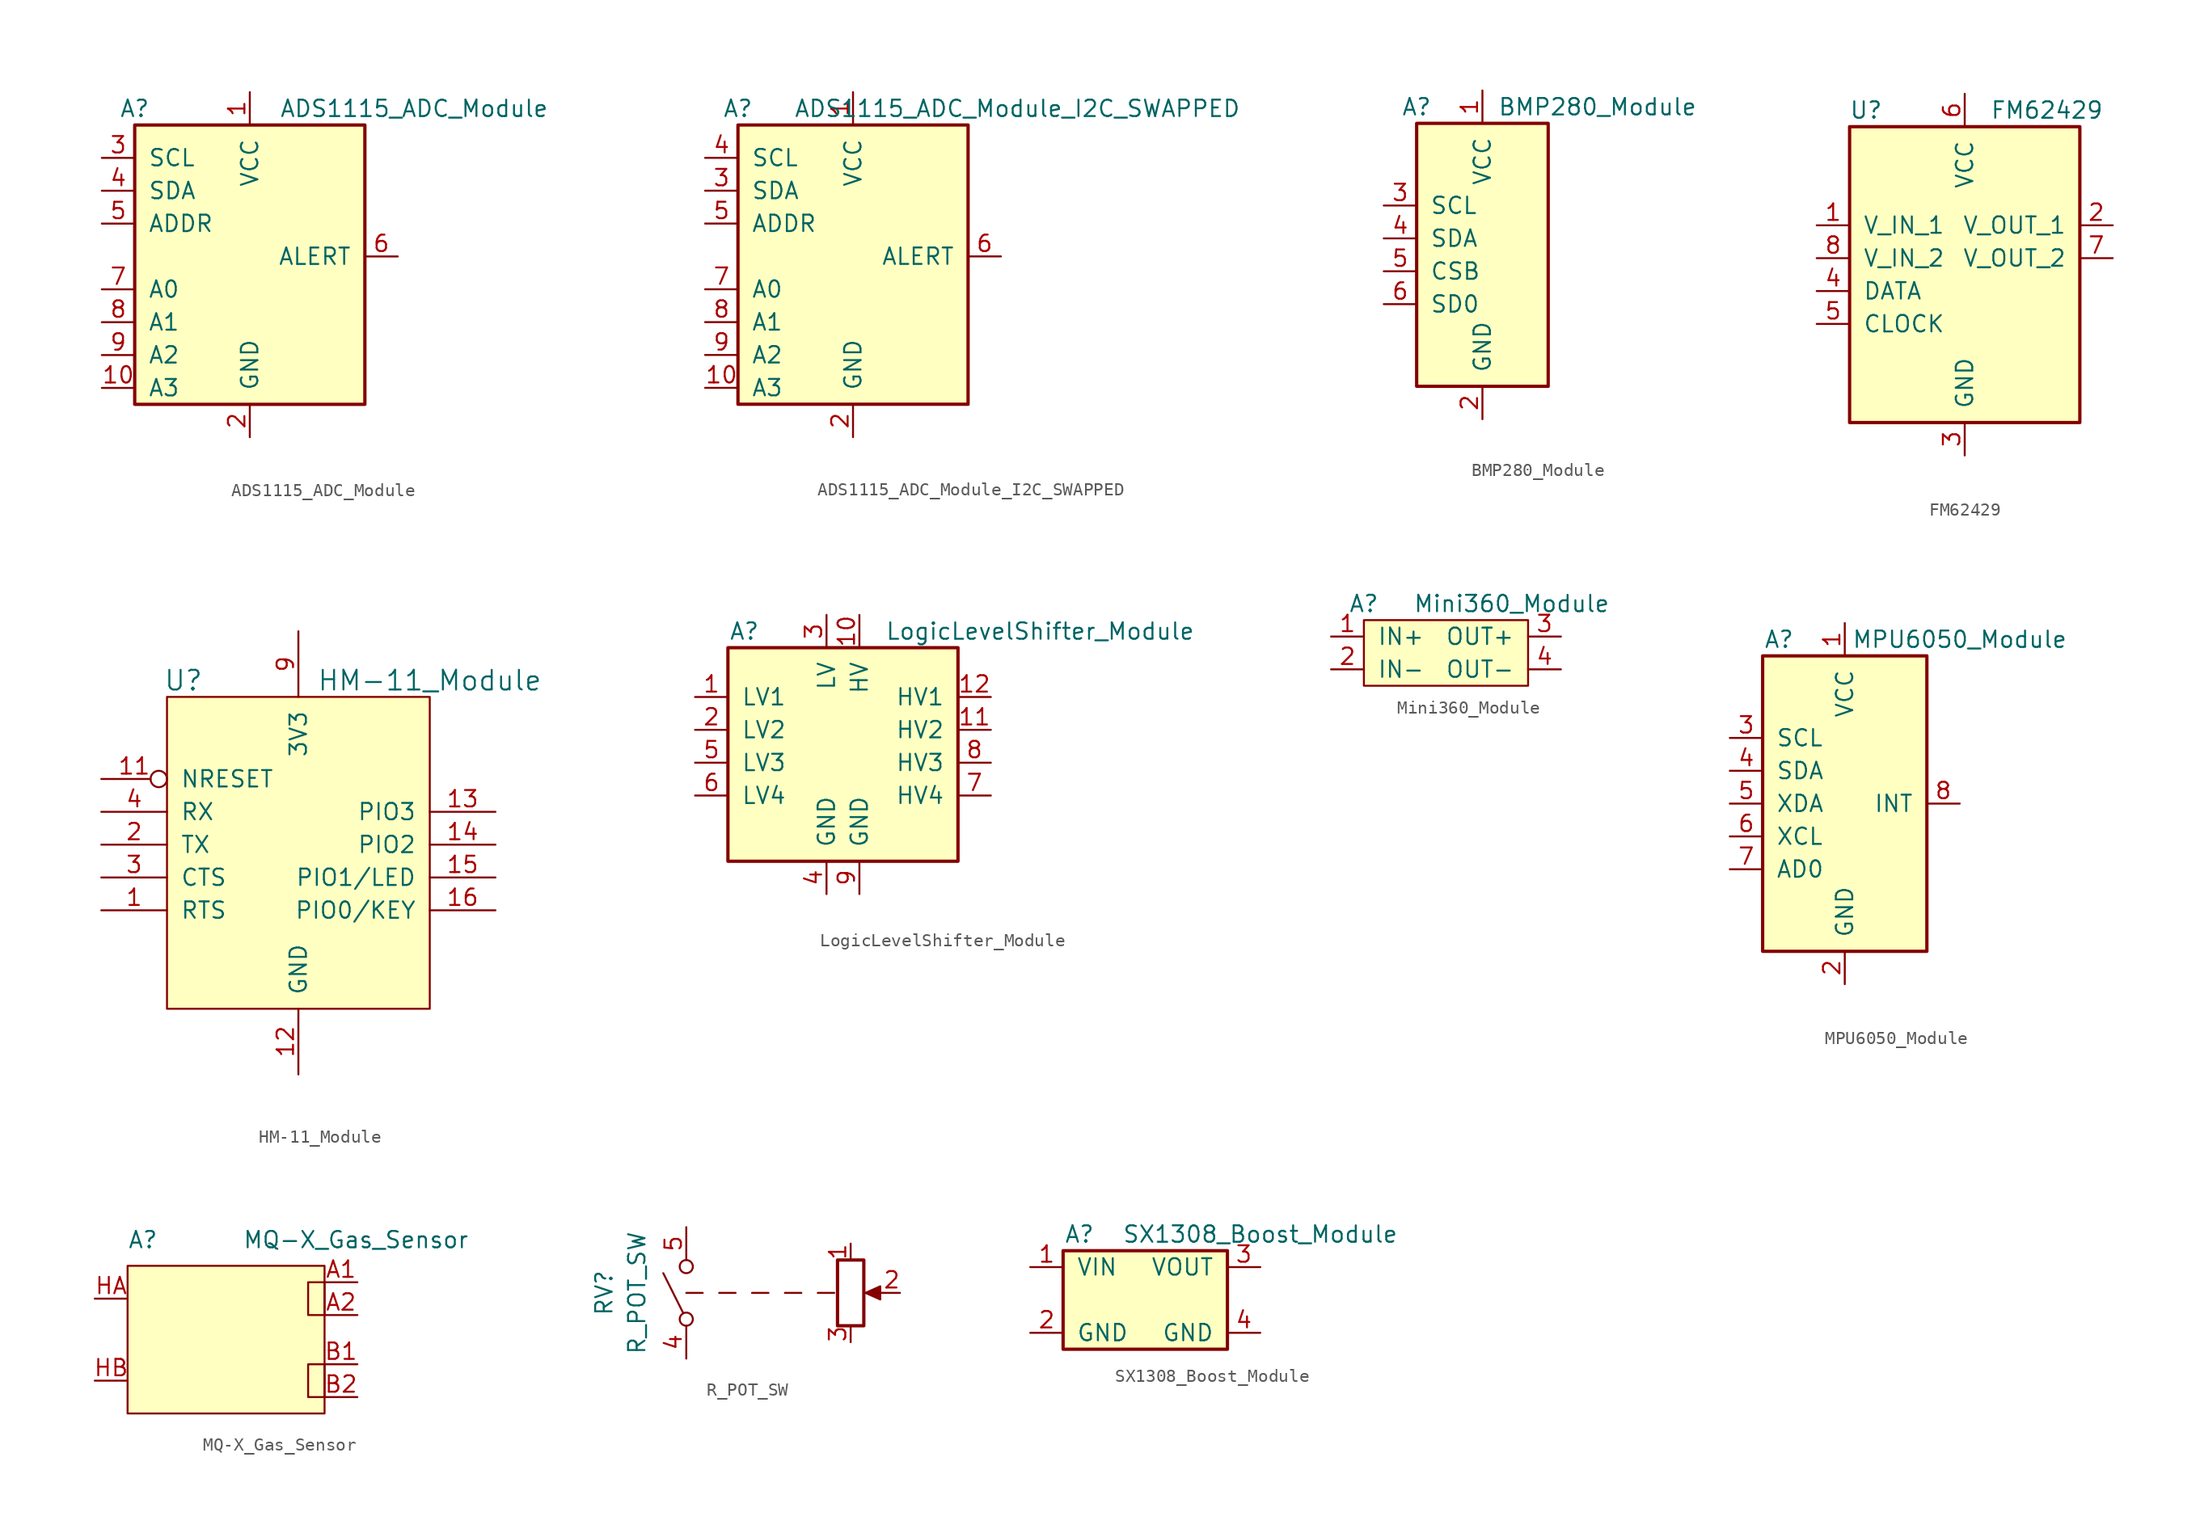
<source format=kicad_sym>
(kicad_symbol_lib
  (version 20220914)
  (generator kicad_symbol_editor)
  (symbol "ADS1115_ADC_Module"
    (pin_names
      (offset 1.016))
    (property "Reference" "A"
      (at -8.89 11.43 0)
      (effects (font (size 1.27 1.27))))
    (property "Value" "ADS1115_ADC_Module"
      (at 12.7 11.43 0)
      (effects (font (size 1.27 1.27))))
    (symbol "ADS1115_ADC_Module_0_1"
      (rectangle (start -8.89 10.16) (end 8.89 -11.43) (stroke (width 0.254) (type solid)) (fill (type background))))
    (symbol "ADS1115_ADC_Module_1_1"
      (pin power_in line (at 0 12.7 270) (length 2.54) (name "VCC" (effects (font (size 1.27 1.27)))) (number "1" (effects (font (size 1.27 1.27)))))
      (pin input line (at -11.43 -10.16 0) (length 2.54) (name "A3" (effects (font (size 1.27 1.27)))) (number "10" (effects (font (size 1.27 1.27)))))
      (pin power_in line (at 0 -13.97 90) (length 2.54) (name "GND" (effects (font (size 1.27 1.27)))) (number "2" (effects (font (size 1.27 1.27)))))
      (pin input line (at -11.43 7.62 0) (length 2.54) (name "SCL" (effects (font (size 1.27 1.27)))) (number "3" (effects (font (size 1.27 1.27)))))
      (pin bidirectional line (at -11.43 5.08 0) (length 2.54) (name "SDA" (effects (font (size 1.27 1.27)))) (number "4" (effects (font (size 1.27 1.27)))))
      (pin input line (at -11.43 2.54 0) (length 2.54) (name "ADDR" (effects (font (size 1.27 1.27)))) (number "5" (effects (font (size 1.27 1.27)))))
      (pin output line (at 11.43 0 180) (length 2.54) (name "ALERT" (effects (font (size 1.27 1.27)))) (number "6" (effects (font (size 1.27 1.27)))))
      (pin input line (at -11.43 -2.54 0) (length 2.54) (name "A0" (effects (font (size 1.27 1.27)))) (number "7" (effects (font (size 1.27 1.27)))))
      (pin input line (at -11.43 -5.08 0) (length 2.54) (name "A1" (effects (font (size 1.27 1.27)))) (number "8" (effects (font (size 1.27 1.27)))))
      (pin input line (at -11.43 -7.62 0) (length 2.54) (name "A2" (effects (font (size 1.27 1.27)))) (number "9" (effects (font (size 1.27 1.27)))))))
  (symbol "ADS1115_ADC_Module_I2C_SWAPPED"
    (pin_names
      (offset 1.016))
    (property "Reference" "A"
      (at -8.89 11.43 0)
      (effects (font (size 1.27 1.27))))
    (property "Value" "ADS1115_ADC_Module_I2C_SWAPPED"
      (at 12.7 11.43 0)
      (effects (font (size 1.27 1.27))))
    (symbol "ADS1115_ADC_Module_I2C_SWAPPED_0_1"
      (rectangle (start -8.89 10.16) (end 8.89 -11.43) (stroke (width 0.254) (type solid)) (fill (type background))))
    (symbol "ADS1115_ADC_Module_I2C_SWAPPED_1_1"
      (pin power_in line (at 0 12.7 270) (length 2.54) (name "VCC" (effects (font (size 1.27 1.27)))) (number "1" (effects (font (size 1.27 1.27)))))
      (pin input line (at -11.43 -10.16 0) (length 2.54) (name "A3" (effects (font (size 1.27 1.27)))) (number "10" (effects (font (size 1.27 1.27)))))
      (pin power_in line (at 0 -13.97 90) (length 2.54) (name "GND" (effects (font (size 1.27 1.27)))) (number "2" (effects (font (size 1.27 1.27)))))
      (pin bidirectional line (at -11.43 5.08 0) (length 2.54) (name "SDA" (effects (font (size 1.27 1.27)))) (number "3" (effects (font (size 1.27 1.27)))))
      (pin input line (at -11.43 7.62 0) (length 2.54) (name "SCL" (effects (font (size 1.27 1.27)))) (number "4" (effects (font (size 1.27 1.27)))))
      (pin input line (at -11.43 2.54 0) (length 2.54) (name "ADDR" (effects (font (size 1.27 1.27)))) (number "5" (effects (font (size 1.27 1.27)))))
      (pin output line (at 11.43 0 180) (length 2.54) (name "ALERT" (effects (font (size 1.27 1.27)))) (number "6" (effects (font (size 1.27 1.27)))))
      (pin input line (at -11.43 -2.54 0) (length 2.54) (name "A0" (effects (font (size 1.27 1.27)))) (number "7" (effects (font (size 1.27 1.27)))))
      (pin input line (at -11.43 -5.08 0) (length 2.54) (name "A1" (effects (font (size 1.27 1.27)))) (number "8" (effects (font (size 1.27 1.27)))))
      (pin input line (at -11.43 -7.62 0) (length 2.54) (name "A2" (effects (font (size 1.27 1.27)))) (number "9" (effects (font (size 1.27 1.27)))))))
  (symbol "BMP280_Module"
    (pin_names
      (offset 1.016))
    (property "Reference" "A"
      (at -5.08 11.43 0)
      (effects (font (size 1.27 1.27))))
    (property "Value" "BMP280_Module"
      (at 8.89 11.43 0)
      (effects (font (size 1.27 1.27))))
    (symbol "BMP280_Module_0_1"
      (rectangle (start -5.08 10.16) (end 5.08 -10.16) (stroke (width 0.254) (type solid)) (fill (type background))))
    (symbol "BMP280_Module_1_1"
      (pin power_in line (at 0 12.7 270) (length 2.54) (name "VCC" (effects (font (size 1.27 1.27)))) (number "1" (effects (font (size 1.27 1.27)))))
      (pin power_in line (at 0 -12.7 90) (length 2.54) (name "GND" (effects (font (size 1.27 1.27)))) (number "2" (effects (font (size 1.27 1.27)))))
      (pin input line (at -7.62 3.81 0) (length 2.54) (name "SCL" (effects (font (size 1.27 1.27)))) (number "3" (effects (font (size 1.27 1.27)))))
      (pin bidirectional line (at -7.62 1.27 0) (length 2.54) (name "SDA" (effects (font (size 1.27 1.27)))) (number "4" (effects (font (size 1.27 1.27)))))
      (pin input line (at -7.62 -1.27 0) (length 2.54) (name "CSB" (effects (font (size 1.27 1.27)))) (number "5" (effects (font (size 1.27 1.27)))))
      (pin input line (at -7.62 -3.81 0) (length 2.54) (name "SD0" (effects (font (size 1.27 1.27)))) (number "6" (effects (font (size 1.27 1.27)))))))
  (symbol "FM62429"
    (pin_names
      (offset 1.016))
    (property "Reference" "U"
      (at 1.27 1.27 0)
      (effects (font (size 1.27 1.27))))
    (property "Value" "FM62429"
      (at 15.24 1.27 0)
      (effects (font (size 1.27 1.27))))
    (symbol "FM62429_0_1"
      (rectangle (start 0 0) (end 17.78 -22.86) (stroke (width 0.254) (type solid)) (fill (type background))))
    (symbol "FM62429_1_1"
      (pin input line (at -2.54 -7.62 0) (length 2.54) (name "V_IN_1" (effects (font (size 1.27 1.27)))) (number "1" (effects (font (size 1.27 1.27)))))
      (pin input line (at 20.32 -7.62 180) (length 2.54) (name "V_OUT_1" (effects (font (size 1.27 1.27)))) (number "2" (effects (font (size 1.27 1.27)))))
      (pin power_in line (at 8.89 -25.4 90) (length 2.54) (name "GND" (effects (font (size 1.27 1.27)))) (number "3" (effects (font (size 1.27 1.27)))))
      (pin input line (at -2.54 -12.7 0) (length 2.54) (name "DATA" (effects (font (size 1.27 1.27)))) (number "4" (effects (font (size 1.27 1.27)))))
      (pin input line (at -2.54 -15.24 0) (length 2.54) (name "CLOCK" (effects (font (size 1.27 1.27)))) (number "5" (effects (font (size 1.27 1.27)))))
      (pin power_in line (at 8.89 2.54 270) (length 2.54) (name "VCC" (effects (font (size 1.27 1.27)))) (number "6" (effects (font (size 1.27 1.27)))))
      (pin output line (at 20.32 -10.16 180) (length 2.54) (name "V_OUT_2" (effects (font (size 1.27 1.27)))) (number "7" (effects (font (size 1.27 1.27)))))
      (pin input line (at -2.54 -10.16 0) (length 2.54) (name "V_IN_2" (effects (font (size 1.27 1.27)))) (number "8" (effects (font (size 1.27 1.27)))))))
  (symbol "HM-11_Module"
    (pin_names
      (offset 1.016))
    (property "Reference" "U"
      (at -8.89 13.97 0)
      (effects (font (size 1.524 1.524))))
    (property "Value" "HM-11_Module"
      (at 10.16 13.97 0)
      (effects (font (size 1.524 1.524))))
    (property "Datasheet" ""
      (at -10.16 -13.335 0)
      (effects (font (size 1.524 1.524))))
    (symbol "HM-11_Module_0_1"
      (rectangle (start -10.16 12.7) (end 10.16 -11.43) (stroke (width 0) (type solid)) (fill (type background))))
    (symbol "HM-11_Module_1_1"
      (pin input line (at -15.24 -3.81 0) (length 5.08) (name "RTS" (effects (font (size 1.27 1.27)))) (number "1" (effects (font (size 1.27 1.27)))))
      (pin no_connect line (at -12.7 -10.16 0) (length 2.54) hide (name "NC_(VCC)" (effects (font (size 1.27 1.27)))) (number "10" (effects (font (size 1.27 1.27)))))
      (pin input inverted (at -15.24 6.35 0) (length 5.08) (name "NRESET" (effects (font (size 1.27 1.27)))) (number "11" (effects (font (size 1.27 1.27)))))
      (pin input line (at 0 -16.51 90) (length 5.08) (name "GND" (effects (font (size 1.27 1.27)))) (number "12" (effects (font (size 1.27 1.27)))))
      (pin input line (at 15.24 3.81 180) (length 5.08) (name "PIO3" (effects (font (size 1.27 1.27)))) (number "13" (effects (font (size 1.27 1.27)))))
      (pin input line (at 15.24 1.27 180) (length 5.08) (name "PIO2" (effects (font (size 1.27 1.27)))) (number "14" (effects (font (size 1.27 1.27)))))
      (pin input line (at 15.24 -1.27 180) (length 5.08) (name "PIO1/LED" (effects (font (size 1.27 1.27)))) (number "15" (effects (font (size 1.27 1.27)))))
      (pin input line (at 15.24 -3.81 180) (length 5.08) (name "PIO0/KEY" (effects (font (size 1.27 1.27)))) (number "16" (effects (font (size 1.27 1.27)))))
      (pin input line (at -15.24 1.27 0) (length 5.08) (name "TX" (effects (font (size 1.27 1.27)))) (number "2" (effects (font (size 1.27 1.27)))))
      (pin input line (at -15.24 -1.27 0) (length 5.08) (name "CTS" (effects (font (size 1.27 1.27)))) (number "3" (effects (font (size 1.27 1.27)))))
      (pin input line (at -15.24 3.81 0) (length 5.08) (name "RX" (effects (font (size 1.27 1.27)))) (number "4" (effects (font (size 1.27 1.27)))))
      (pin no_connect line (at -12.7 -6.35 0) (length 2.54) hide (name "NC" (effects (font (size 1.27 1.27)))) (number "5" (effects (font (size 1.27 1.27)))))
      (pin no_connect line (at -12.7 -7.62 0) (length 2.54) hide (name "NC" (effects (font (size 1.27 1.27)))) (number "6" (effects (font (size 1.27 1.27)))))
      (pin no_connect line (at -12.7 -8.89 0) (length 2.54) hide (name "NC" (effects (font (size 1.27 1.27)))) (number "7" (effects (font (size 1.27 1.27)))))
      (pin input line (at 0 17.78 270) (length 5.08) (name "3V3" (effects (font (size 1.27 1.27)))) (number "9" (effects (font (size 1.27 1.27)))))))
  (symbol "LogicLevelShifter_Module"
    (pin_names
      (offset 1.016))
    (property "Reference" "A"
      (at -7.62 8.89 0)
      (effects (font (size 1.27 1.27))))
    (property "Value" "LogicLevelShifter_Module"
      (at 15.24 8.89 0)
      (effects (font (size 1.27 1.27))))
    (symbol "LogicLevelShifter_Module_0_1"
      (rectangle (start -8.89 7.62) (end 8.89 -8.89) (stroke (width 0.254) (type solid)) (fill (type background))))
    (symbol "LogicLevelShifter_Module_1_1"
      (pin bidirectional line (at -11.43 3.81 0) (length 2.54) (name "LV1" (effects (font (size 1.27 1.27)))) (number "1" (effects (font (size 1.27 1.27)))))
      (pin power_in line (at 1.27 10.16 270) (length 2.54) (name "HV" (effects (font (size 1.27 1.27)))) (number "10" (effects (font (size 1.27 1.27)))))
      (pin bidirectional line (at 11.43 1.27 180) (length 2.54) (name "HV2" (effects (font (size 1.27 1.27)))) (number "11" (effects (font (size 1.27 1.27)))))
      (pin bidirectional line (at 11.43 3.81 180) (length 2.54) (name "HV1" (effects (font (size 1.27 1.27)))) (number "12" (effects (font (size 1.27 1.27)))))
      (pin bidirectional line (at -11.43 1.27 0) (length 2.54) (name "LV2" (effects (font (size 1.27 1.27)))) (number "2" (effects (font (size 1.27 1.27)))))
      (pin power_in line (at -1.27 10.16 270) (length 2.54) (name "LV" (effects (font (size 1.27 1.27)))) (number "3" (effects (font (size 1.27 1.27)))))
      (pin power_in line (at -1.27 -11.43 90) (length 2.54) (name "GND" (effects (font (size 1.27 1.27)))) (number "4" (effects (font (size 1.27 1.27)))))
      (pin bidirectional line (at -11.43 -1.27 0) (length 2.54) (name "LV3" (effects (font (size 1.27 1.27)))) (number "5" (effects (font (size 1.27 1.27)))))
      (pin bidirectional line (at -11.43 -3.81 0) (length 2.54) (name "LV4" (effects (font (size 1.27 1.27)))) (number "6" (effects (font (size 1.27 1.27)))))
      (pin bidirectional line (at 11.43 -3.81 180) (length 2.54) (name "HV4" (effects (font (size 1.27 1.27)))) (number "7" (effects (font (size 1.27 1.27)))))
      (pin bidirectional line (at 11.43 -1.27 180) (length 2.54) (name "HV3" (effects (font (size 1.27 1.27)))) (number "8" (effects (font (size 1.27 1.27)))))
      (pin power_in line (at 1.27 -11.43 90) (length 2.54) (name "GND" (effects (font (size 1.27 1.27)))) (number "9" (effects (font (size 1.27 1.27)))))))
  (symbol "Mini360_Module"
    (pin_names
      (offset 1.016))
    (property "Reference" "A"
      (at -6.35 3.81 0)
      (effects (font (size 1.27 1.27))))
    (property "Value" "Mini360_Module"
      (at 5.08 3.81 0)
      (effects (font (size 1.27 1.27))))
    (symbol "Mini360_Module_0_1"
      (rectangle (start -6.35 2.54) (end 6.35 -2.54) (stroke (width 0) (type solid)) (fill (type background))))
    (symbol "Mini360_Module_1_1"
      (pin power_in line (at -8.89 1.27 0) (length 2.54) (name "IN+" (effects (font (size 1.27 1.27)))) (number "1" (effects (font (size 1.27 1.27)))))
      (pin power_in line (at -8.89 -1.27 0) (length 2.54) (name "IN-" (effects (font (size 1.27 1.27)))) (number "2" (effects (font (size 1.27 1.27)))))
      (pin power_out line (at 8.89 1.27 180) (length 2.54) (name "OUT+" (effects (font (size 1.27 1.27)))) (number "3" (effects (font (size 1.27 1.27)))))
      (pin power_in line (at 8.89 -1.27 180) (length 2.54) (name "OUT-" (effects (font (size 1.27 1.27)))) (number "4" (effects (font (size 1.27 1.27)))))))
  (symbol "MPU6050_Module"
    (pin_names
      (offset 1.016))
    (property "Reference" "A"
      (at -5.08 12.7 0)
      (effects (font (size 1.27 1.27))))
    (property "Value" "MPU6050_Module"
      (at 8.89 12.7 0)
      (effects (font (size 1.27 1.27))))
    (symbol "MPU6050_Module_0_1"
      (rectangle (start -6.35 11.43) (end 6.35 -11.43) (stroke (width 0.254) (type solid)) (fill (type background))))
    (symbol "MPU6050_Module_1_1"
      (pin power_in line (at 0 13.97 270) (length 2.54) (name "VCC" (effects (font (size 1.27 1.27)))) (number "1" (effects (font (size 1.27 1.27)))))
      (pin power_in line (at 0 -13.97 90) (length 2.54) (name "GND" (effects (font (size 1.27 1.27)))) (number "2" (effects (font (size 1.27 1.27)))))
      (pin input line (at -8.89 5.08 0) (length 2.54) (name "SCL" (effects (font (size 1.27 1.27)))) (number "3" (effects (font (size 1.27 1.27)))))
      (pin input line (at -8.89 2.54 0) (length 2.54) (name "SDA" (effects (font (size 1.27 1.27)))) (number "4" (effects (font (size 1.27 1.27)))))
      (pin input line (at -8.89 0 0) (length 2.54) (name "XDA" (effects (font (size 1.27 1.27)))) (number "5" (effects (font (size 1.27 1.27)))))
      (pin input line (at -8.89 -2.54 0) (length 2.54) (name "XCL" (effects (font (size 1.27 1.27)))) (number "6" (effects (font (size 1.27 1.27)))))
      (pin input line (at -8.89 -5.08 0) (length 2.54) (name "AD0" (effects (font (size 1.27 1.27)))) (number "7" (effects (font (size 1.27 1.27)))))
      (pin output line (at 8.89 0 180) (length 2.54) (name "INT" (effects (font (size 1.27 1.27)))) (number "8" (effects (font (size 1.27 1.27)))))))
  (symbol "MQ-X_Gas_Sensor"
    (pin_names
      (offset 1.016) hide)
    (property "Reference" "A"
      (at -7.62 6.35 0)
      (effects (font (size 1.27 1.27)) (justify left bottom)))
    (property "Value" "MQ-X_Gas_Sensor"
      (at 1.27 6.35 0)
      (effects (font (size 1.27 1.27)) (justify left bottom)))
    (symbol "MQ-X_Gas_Sensor_1_0"
      (rectangle (start -7.62 5.08) (end 7.62 -6.35) (stroke (width 0) (type solid)) (fill (type background)))
      (rectangle (start 7.62 -2.54) (end 6.35 -5.08) (stroke (width 0) (type solid)) (fill (type none)))
      (rectangle (start 7.62 3.81) (end 6.35 1.27) (stroke (width 0) (type solid)) (fill (type none))))
    (symbol "MQ-X_Gas_Sensor_1_1"
      (pin bidirectional line (at 10.16 3.81 180) (length 2.54) (name "~" (effects (font (size 1.27 1.27)))) (number "A1" (effects (font (size 1.27 1.27)))))
      (pin bidirectional line (at 10.16 1.27 180) (length 2.54) (name "~" (effects (font (size 1.27 1.27)))) (number "A2" (effects (font (size 1.27 1.27)))))
      (pin bidirectional line (at 10.16 -2.54 180) (length 2.54) (name "~" (effects (font (size 1.27 1.27)))) (number "B1" (effects (font (size 1.27 1.27)))))
      (pin bidirectional line (at 10.16 -5.08 180) (length 2.54) (name "~" (effects (font (size 1.27 1.27)))) (number "B2" (effects (font (size 1.27 1.27)))))
      (pin power_in line (at -10.16 2.54 0) (length 2.54) (name "~" (effects (font (size 1.27 1.27)))) (number "HA" (effects (font (size 1.27 1.27)))))
      (pin power_in line (at -10.16 -3.81 0) (length 2.54) (name "~" (effects (font (size 1.27 1.27)))) (number "HB" (effects (font (size 1.27 1.27)))))))
  (symbol "R_POT_SW"
    (pin_names
      (offset 1.016))
    (property "Reference" "RV"
      (at -19.05 0 90)
      (effects (font (size 1.27 1.27))))
    (property "Value" "R_POT_SW"
      (at -16.51 0 90)
      (effects (font (size 1.27 1.27))))
    (symbol "R_POT_SW_0_1"
      (polyline (pts (xy -11.43 0) (xy -12.7 0)) (stroke (width 0) (type solid)) (fill (type none)))
      (polyline (pts (xy -8.89 0) (xy -10.16 0)) (stroke (width 0) (type solid)) (fill (type none)))
      (polyline (pts (xy -6.35 0) (xy -7.62 0)) (stroke (width 0) (type solid)) (fill (type none)))
      (polyline (pts (xy -3.81 0) (xy -5.08 0)) (stroke (width 0) (type solid)) (fill (type none)))
      (polyline (pts (xy -1.27 0) (xy -2.54 0)) (stroke (width 0) (type solid)) (fill (type none))))
    (symbol "R_POT_SW_1_1"
      (circle (center -12.7 -2.032) (radius 0.508) (stroke (width 0) (type solid)) (fill (type none)))
      (circle (center -12.7 2.032) (radius 0.508) (stroke (width 0) (type solid)) (fill (type none)))
      (polyline (pts (xy -12.954 -1.524) (xy -14.478 1.524)) (stroke (width 0) (type solid)) (fill (type none)))
      (polyline (pts (xy 2.54 0) (xy 1.524 0)) (stroke (width 0) (type solid)) (fill (type none)))
      (polyline (pts (xy 1.143 0) (xy 2.286 0.508) (xy 2.286 -0.508) (xy 1.143 0)) (stroke (width 0) (type solid)) (fill (type outline)))
      (rectangle (start 1.016 2.54) (end -1.016 -2.54) (stroke (width 0.254) (type solid)) (fill (type none)))
      (pin passive line (at 0 3.81 270) (length 1.27) (name "~" (effects (font (size 1.27 1.27)))) (number "1" (effects (font (size 1.27 1.27)))))
      (pin passive line (at 3.81 0 180) (length 1.27) (name "~" (effects (font (size 1.27 1.27)))) (number "2" (effects (font (size 1.27 1.27)))))
      (pin passive line (at 0 -3.81 90) (length 1.27) (name "~" (effects (font (size 1.27 1.27)))) (number "3" (effects (font (size 1.27 1.27)))))
      (pin passive line (at -12.7 -5.08 90) (length 2.54) (name "~" (effects (font (size 1.27 1.27)))) (number "4" (effects (font (size 1.27 1.27)))))
      (pin passive line (at -12.7 5.08 270) (length 2.54) (name "~" (effects (font (size 1.27 1.27)))) (number "5" (effects (font (size 1.27 1.27)))))))
  (symbol "SX1308_Boost_Module"
    (pin_names
      (offset 1.016))
    (property "Reference" "A"
      (at -5.08 5.08 0)
      (effects (font (size 1.27 1.27))))
    (property "Value" "SX1308_Boost_Module"
      (at 8.89 5.08 0)
      (effects (font (size 1.27 1.27))))
    (symbol "SX1308_Boost_Module_0_1"
      (rectangle (start -6.35 3.81) (end 6.35 -3.81) (stroke (width 0.254) (type solid)) (fill (type background))))
    (symbol "SX1308_Boost_Module_1_1"
      (pin power_in line (at -8.89 2.54 0) (length 2.54) (name "VIN" (effects (font (size 1.27 1.27)))) (number "1" (effects (font (size 1.27 1.27)))))
      (pin power_in line (at -8.89 -2.54 0) (length 2.54) (name "GND" (effects (font (size 1.27 1.27)))) (number "2" (effects (font (size 1.27 1.27)))))
      (pin power_out line (at 8.89 2.54 180) (length 2.54) (name "VOUT" (effects (font (size 1.27 1.27)))) (number "3" (effects (font (size 1.27 1.27)))))
      (pin power_in line (at 8.89 -2.54 180) (length 2.54) (name "GND" (effects (font (size 1.27 1.27)))) (number "4" (effects (font (size 1.27 1.27))))))))
</source>
